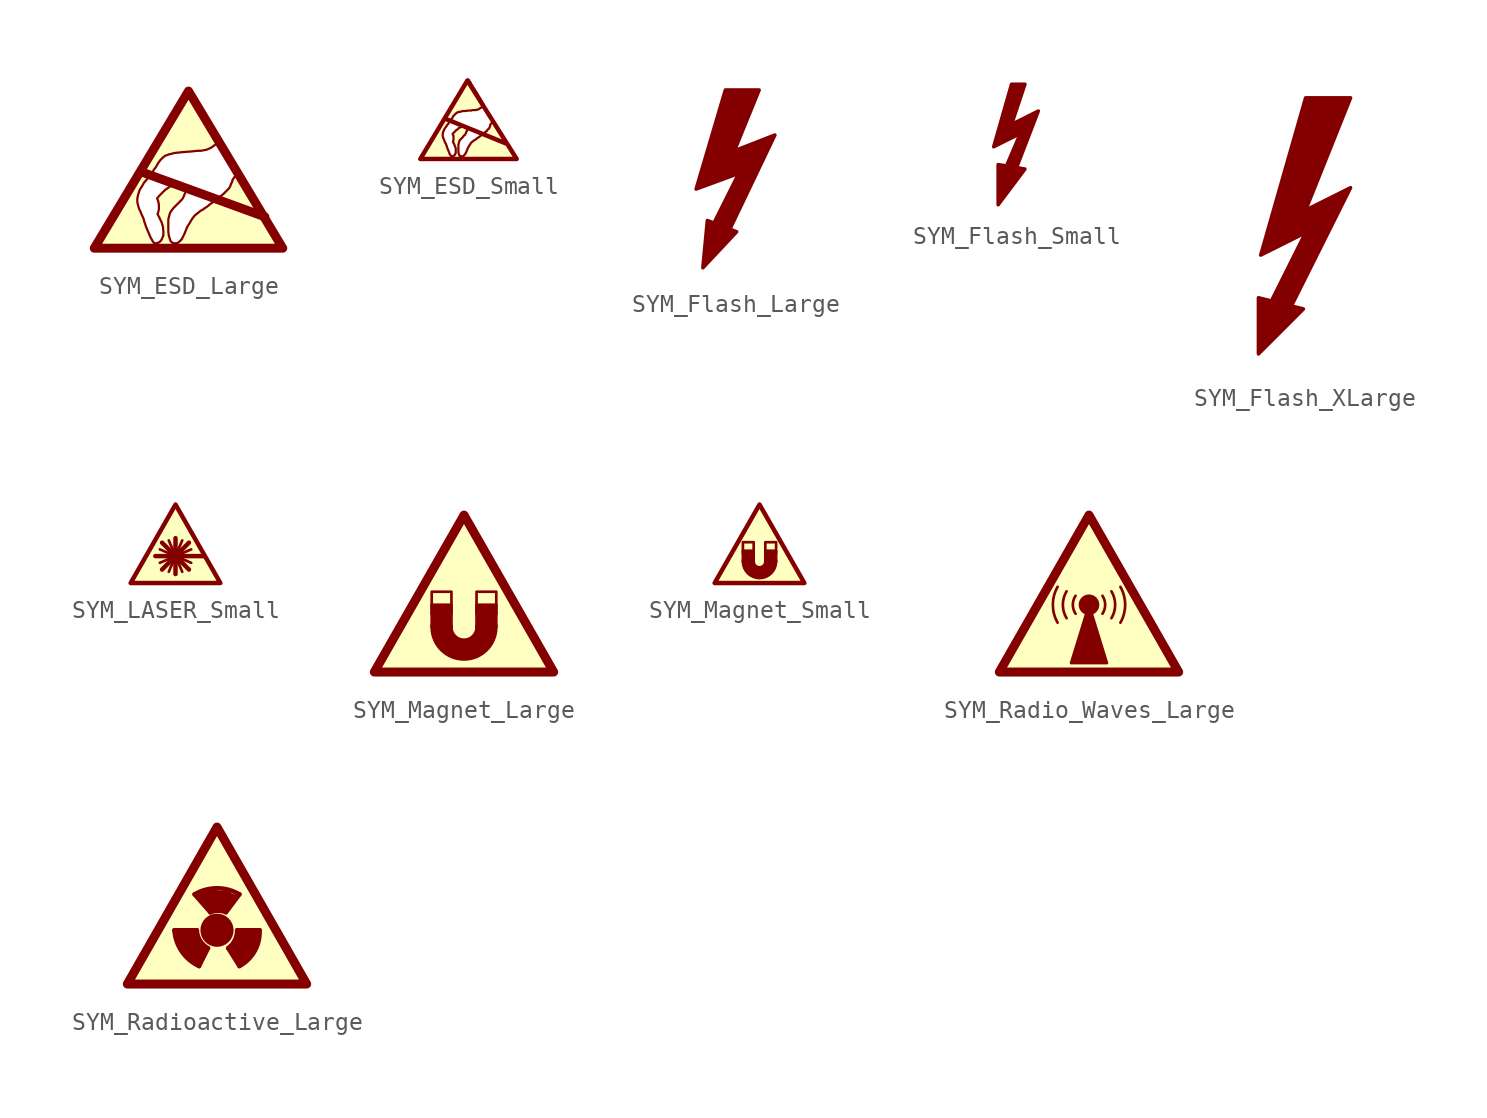
<source format=kicad_sym>
(kicad_symbol_lib
  (version 20211014)
  (generator kicad_symbol_editor)
  (symbol "SYM_ESD_Large"
    (pin_names
      (offset 1.016))
    (property "Reference" "#SYM"
      (at 0 5.08 0)
      (effects (font (size 1.27 1.27)) hide))
    (symbol "SYM_ESD_Large_0_0"
      (polyline (pts (xy -2.667 -0.762) (xy 4.318 -3.302)) (stroke (width 0.508) (type default) (color 0 0 0 0)) (fill (type none)))
      (polyline (pts (xy 0.483 -5.131) (xy 5.385 -5.131) (xy 5.385 -5.105) (xy 5.334 -5.055) (xy 5.283 -4.953) (xy 5.207 -4.826) (xy 5.004 -4.47) (xy 4.877 -4.267) (xy 4.75 -4.039) (xy 4.14 -3.023) (xy 3.988 -2.743) (xy 3.531 -1.981) (xy 3.404 -1.753) (xy 3.277 -1.549) (xy 3.15 -1.372) (xy 3.073 -1.194) (xy 2.997 -1.067) (xy 2.921 -0.965) (xy 2.896 -0.889) (xy 2.845 -0.838) (xy 2.819 -0.864) (xy 2.769 -0.889) (xy 2.591 -1.067) (xy 2.489 -1.219) (xy 2.464 -1.346) (xy 2.413 -1.422) (xy 2.362 -1.575) (xy 2.286 -1.702) (xy 1.981 -2.007) (xy 1.854 -2.108) (xy 1.702 -2.235) (xy 1.549 -2.337) (xy 1.397 -2.464) (xy 1.219 -2.591) (xy 1.067 -2.718) (xy 0.914 -2.819) (xy 0.813 -2.896) (xy 0.711 -2.946) (xy 0.61 -3.023) (xy 0.356 -3.226) (xy 0.254 -3.353) (xy 0.152 -3.505) (xy 0.051 -3.683) (xy -0.076 -3.886) (xy -0.229 -4.267) (xy -0.381 -4.572) (xy -0.533 -4.724) (xy -0.61 -4.775) (xy -0.635 -4.801) (xy -0.838 -4.801) (xy -0.914 -4.775) (xy -1.016 -4.674) (xy -1.067 -4.521) (xy -1.118 -4.343) (xy -1.143 -4.115) (xy -1.143 -3.454) (xy -1.092 -3.251) (xy -1.041 -3.073) (xy -0.94 -2.921) (xy -0.838 -2.794) (xy -0.381 -2.337) (xy -0.305 -2.235) (xy -0.203 -1.981) (xy -0.178 -1.93) (xy -0.152 -1.829) (xy -0.127 -1.753) (xy -0.127 -1.727) (xy -0.203 -1.651) (xy -0.254 -1.575) (xy -0.356 -1.524) (xy -0.432 -1.448) (xy -0.508 -1.397) (xy -0.559 -1.346) (xy -0.61 -1.346) (xy -0.66 -1.372) (xy -0.737 -1.422) (xy -0.838 -1.473) (xy -0.965 -1.549) (xy -1.067 -1.6) (xy -1.168 -1.676) (xy -1.321 -1.778) (xy -1.6 -2.057) (xy -1.778 -2.261) (xy -1.727 -2.388) (xy -1.702 -2.438) (xy -1.702 -2.515) (xy -1.676 -2.591) (xy -1.676 -2.87) (xy -1.702 -2.997) (xy -1.727 -3.073) (xy -1.727 -3.099) (xy -1.753 -3.15) (xy -1.702 -3.251) (xy -1.651 -3.327) (xy -1.651 -3.353) (xy -1.524 -3.607) (xy -1.448 -3.861) (xy -1.422 -4.14) (xy -1.422 -4.343) (xy -1.448 -4.42) (xy -1.473 -4.47) (xy -1.499 -4.547) (xy -1.575 -4.674) (xy -1.676 -4.75) (xy -1.778 -4.801) (xy -1.88 -4.801) (xy -1.956 -4.775) (xy -2.007 -4.724) (xy -2.057 -4.623) (xy -2.134 -4.496) (xy -2.21 -4.318) (xy -2.311 -4.089) (xy -2.413 -3.835) (xy -2.515 -3.531) (xy -2.515 -3.505) (xy -2.565 -3.353) (xy -2.642 -3.2) (xy -2.743 -2.946) (xy -2.769 -2.921) (xy -2.845 -2.692) (xy -2.896 -2.464) (xy -2.896 -2.261) (xy -2.845 -2.032) (xy -2.769 -1.803) (xy -2.718 -1.702) (xy -2.616 -1.549) (xy -2.515 -1.372) (xy -2.362 -1.194) (xy -2.21 -0.991) (xy -2.108 -0.889) (xy -1.956 -0.635) (xy -1.88 -0.533) (xy -1.854 -0.508) (xy -1.727 -0.279) (xy -1.6 -0.102) (xy -1.448 0.051) (xy -1.321 0.152) (xy -1.168 0.203) (xy -1.118 0.229) (xy -0.991 0.254) (xy -0.813 0.305) (xy -0.584 0.33) (xy -0.33 0.356) (xy -0.025 0.381) (xy 0.025 0.381) (xy 0.279 0.406) (xy 0.508 0.432) (xy 0.686 0.432) (xy 0.838 0.457) (xy 0.965 0.483) (xy 1.067 0.508) (xy 1.168 0.559) (xy 1.245 0.584) (xy 1.321 0.635) (xy 1.524 0.787) (xy 1.727 0.991) (xy 1.727 1.041) (xy 1.702 1.092) (xy 1.651 1.168) (xy 1.6 1.27) (xy 1.499 1.422) (xy 1.422 1.6) (xy 1.168 2.007) (xy 1.041 2.235) (xy 0.66 2.87) (xy 0.508 3.099) (xy 0.406 3.302) (xy 0.305 3.454) (xy 0.229 3.581) (xy 0.152 3.683) (xy 0.102 3.759) (xy 0.051 3.861) (xy 0.025 3.886) (xy -0.051 3.886) (xy -0.051 3.861) (xy -0.127 3.785) (xy -0.152 3.734) (xy -0.203 3.658) (xy -0.254 3.556) (xy -0.406 3.302) (xy -0.508 3.15) (xy -0.61 2.972) (xy -0.737 2.769) (xy -1.041 2.261) (xy -1.219 1.956) (xy -1.422 1.626) (xy -1.88 0.864) (xy -2.134 0.406) (xy -2.438 -0.076) (xy -2.743 -0.61) (xy -2.921 -0.889) (xy -3.429 -1.753) (xy -3.658 -2.159) (xy -3.886 -2.54) (xy -4.115 -2.896) (xy -4.318 -3.251) (xy -4.521 -3.581) (xy -4.674 -3.886) (xy -4.851 -4.14) (xy -4.978 -4.394) (xy -5.105 -4.597) (xy -5.232 -4.775) (xy -5.359 -5.029) (xy -5.41 -5.105) (xy -5.41 -5.131) (xy -0.711 -5.131) (xy -0.025 -5.156) (xy 0.483 -5.131)) (stroke (width 0.127) (type default) (color 0 0 0 0)) (fill (type background))))
    (symbol "SYM_ESD_Large_0_1"
      (polyline (pts (xy -5.334 -5.08) (xy 5.334 -5.08) (xy 0 3.81) (xy -5.334 -5.08)) (stroke (width 0.508) (type default) (color 0 0 0 0)) (fill (type none)))))
  (symbol "SYM_ESD_Small"
    (pin_names
      (offset 1.016))
    (property "Reference" "#SYM"
      (at 0 3.556 0)
      (effects (font (size 1.27 1.27)) hide))
    (symbol "SYM_ESD_Small_0_0"
      (polyline (pts (xy -1.27 0.381) (xy 2.159 -1.016)) (stroke (width 0.254) (type default) (color 0 0 0 0)) (fill (type none)))
      (polyline (pts (xy -2.667 -1.905) (xy 2.794 -1.905) (xy 0 2.54) (xy -2.667 -1.905)) (stroke (width 0.254) (type default) (color 0 0 0 0)) (fill (type none)))
      (polyline (pts (xy 2.743 -1.905) (xy 2.718 -1.88) (xy 2.616 -1.676) (xy 2.565 -1.6) (xy 2.489 -1.499) (xy 2.438 -1.372) (xy 1.753 -0.229) (xy 1.702 -0.127) (xy 1.626 -0.051) (xy 1.6 0.051) (xy 1.549 0.102) (xy 1.499 0.203) (xy 1.473 0.229) (xy 1.473 0.203) (xy 1.448 0.203) (xy 1.321 0.076) (xy 1.295 0.025) (xy 1.295 -0.025) (xy 1.27 -0.076) (xy 1.245 -0.152) (xy 1.143 -0.254) (xy 1.092 -0.33) (xy 1.041 -0.356) (xy 0.914 -0.483) (xy 0.762 -0.584) (xy 0.66 -0.66) (xy 0.508 -0.762) (xy 0.457 -0.813) (xy 0.356 -0.864) (xy 0.305 -0.914) (xy 0.229 -0.965) (xy 0.076 -1.194) (xy 0.025 -1.295) (xy -0.025 -1.422) (xy -0.051 -1.499) (xy -0.102 -1.575) (xy -0.127 -1.651) (xy -0.178 -1.676) (xy -0.203 -1.727) (xy -0.254 -1.753) (xy -0.406 -1.753) (xy -0.406 -1.727) (xy -0.457 -1.702) (xy -0.483 -1.626) (xy -0.508 -1.524) (xy -0.508 -1.092) (xy -0.457 -0.889) (xy -0.406 -0.813) (xy -0.254 -0.66) (xy -0.203 -0.584) (xy -0.127 -0.533) (xy -0.102 -0.483) (xy -0.076 -0.406) (xy -0.051 -0.356) (xy -0.025 -0.33) (xy -0.025 -0.279) (xy 0 -0.229) (xy -0.076 -0.152) (xy -0.127 -0.127) (xy -0.152 -0.076) (xy -0.203 -0.051) (xy -0.229 -0.025) (xy -0.254 -0.025) (xy -0.305 -0.076) (xy -0.356 -0.102) (xy -0.432 -0.127) (xy -0.483 -0.152) (xy -0.559 -0.229) (xy -0.61 -0.254) (xy -0.838 -0.483) (xy -0.813 -0.559) (xy -0.787 -0.584) (xy -0.787 -0.864) (xy -0.813 -0.889) (xy -0.813 -0.965) (xy -0.762 -1.016) (xy -0.762 -1.041) (xy -0.66 -1.295) (xy -0.66 -1.575) (xy -0.686 -1.6) (xy -0.686 -1.626) (xy -0.737 -1.702) (xy -0.838 -1.753) (xy -0.914 -1.753) (xy -0.94 -1.727) (xy -0.965 -1.676) (xy -1.016 -1.6) (xy -1.041 -1.524) (xy -1.143 -1.27) (xy -1.219 -1.041) (xy -1.27 -0.965) (xy -1.295 -0.889) (xy -1.321 -0.838) (xy -1.321 -0.813) (xy -1.372 -0.711) (xy -1.397 -0.584) (xy -1.397 -0.483) (xy -1.372 -0.381) (xy -1.321 -0.254) (xy -1.295 -0.203) (xy -1.194 -0.051) (xy -1.041 0.152) (xy -0.991 0.203) (xy -0.965 0.254) (xy -0.914 0.33) (xy -0.889 0.381) (xy -0.864 0.381) (xy -0.813 0.508) (xy -0.61 0.711) (xy -0.533 0.737) (xy -0.508 0.762) (xy -0.432 0.762) (xy -0.356 0.787) (xy -0.229 0.813) (xy -0.102 0.813) (xy 0.051 0.838) (xy 0.203 0.838) (xy 0.305 0.864) (xy 0.483 0.864) (xy 0.533 0.889) (xy 0.584 0.889) (xy 0.686 0.94) (xy 0.711 0.965) (xy 0.762 0.991) (xy 0.813 1.041) (xy 0.864 1.067) (xy 0.889 1.118) (xy 0.914 1.143) (xy 0.914 1.194) (xy 0.889 1.219) (xy 0.864 1.27) (xy 0.813 1.346) (xy 0.711 1.549) (xy 0.635 1.651) (xy 0.584 1.753) (xy 0.508 1.88) (xy 0.457 1.956) (xy 0.381 2.083) (xy 0.305 2.184) (xy 0.254 2.286) (xy 0.203 2.362) (xy 0.178 2.438) (xy 0.102 2.515) (xy 0.102 2.54) (xy 0.076 2.565) (xy 0.076 2.591) (xy 0.025 2.591) (xy 0.025 2.565) (xy -0.025 2.515) (xy -0.102 2.362) (xy -0.254 2.134) (xy -0.305 2.032) (xy -0.457 1.778) (xy -0.559 1.626) (xy -0.762 1.27) (xy -0.889 1.067) (xy -1.016 0.838) (xy -1.168 0.61) (xy -1.321 0.33) (xy -1.397 0.203) (xy -1.524 -0.025) (xy -1.778 -0.432) (xy -1.88 -0.635) (xy -2.007 -0.813) (xy -2.108 -0.991) (xy -2.21 -1.143) (xy -2.286 -1.295) (xy -2.438 -1.549) (xy -2.489 -1.651) (xy -2.565 -1.753) (xy -2.591 -1.829) (xy -2.616 -1.88) (xy -2.642 -1.905) (xy -2.642 -1.93) (xy 2.743 -1.93) (xy 2.743 -1.905)) (stroke (width 0.127) (type default) (color 0 0 0 0)) (fill (type background)))))
  (symbol "SYM_Flash_Large"
    (pin_names
      (offset 1.016))
    (property "Reference" "#SYM"
      (at -3.81 0 90)
      (effects (font (size 1.27 1.27)) hide))
    (symbol "SYM_Flash_Large_0_1"
      (polyline (pts (xy 0.127 -3.556) (xy -1.524 -2.921) (xy -1.778 -5.588) (xy 0.127 -3.556)) (stroke (width 0.203) (type default) (color 0 0 0 0)) (fill (type outline)))
      (polyline (pts (xy -0.508 4.445) (xy 1.397 4.445) (xy 0 1.016) (xy 2.286 1.905) (xy -0.508 -3.937) (xy -1.397 -3.556) (xy 0.254 -0.254) (xy -2.159 -1.143) (xy -0.508 4.445)) (stroke (width 0.203) (type default) (color 0 0 0 0)) (fill (type outline)))))
  (symbol "SYM_Flash_Small"
    (pin_names
      (offset 1.016))
    (property "Reference" "#SYM"
      (at -2.286 0 90)
      (effects (font (size 1.27 1.27)) hide))
    (symbol "SYM_Flash_Small_0_1"
      (polyline (pts (xy 0.508 -1.016) (xy -1.016 -0.762) (xy -1.016 -3.048) (xy 0.508 -1.016)) (stroke (width 0.203) (type default) (color 0 0 0 0)) (fill (type outline)))
      (polyline (pts (xy -0.254 3.81) (xy 0.508 3.81) (xy -0.254 1.524) (xy 1.27 2.286) (xy 0 -1.016) (xy -0.508 -0.762) (xy 0.254 1.016) (xy -1.27 0.254) (xy -0.254 3.81)) (stroke (width 0.203) (type default) (color 0 0 0 0)) (fill (type outline)))))
  (symbol "SYM_Flash_XLarge"
    (pin_names
      (offset 1.016))
    (property "Reference" "#SYM"
      (at -3.81 0 90)
      (effects (font (size 1.27 1.27)) hide))
    (symbol "SYM_Flash_XLarge_0_1"
      (polyline (pts (xy -0.127 -3.683) (xy -2.667 -3.048) (xy -2.667 -6.223) (xy -0.127 -3.683)) (stroke (width 0.203) (type default) (color 0 0 0 0)) (fill (type outline)))
      (polyline (pts (xy 0 8.255) (xy 1.27 8.255) (xy 2.54 8.255) (xy 0 1.905) (xy 2.54 3.175) (xy -1.27 -4.445) (xy -2.54 -4.445) (xy 0 0.635) (xy -2.54 -0.635) (xy 0 8.255)) (stroke (width 0.203) (type default) (color 0 0 0 0)) (fill (type outline)))))
  (symbol "SYM_LASER_Small"
    (pin_names
      (offset 1.016) hide)
    (property "Reference" "#SYM"
      (at 0 3.556 0)
      (effects (font (size 1.27 1.27)) hide))
    (symbol "SYM_LASER_Small_0_1"
      (polyline (pts (xy -1.143 -0.381) (xy 1.651 -0.381)) (stroke (width 0.254) (type default) (color 0 0 0 0)) (fill (type none)))
      (polyline (pts (xy -0.889 -0.762) (xy 0.889 0)) (stroke (width 0) (type default) (color 0 0 0 0)) (fill (type none)))
      (polyline (pts (xy -0.889 0) (xy 0.889 -0.762)) (stroke (width 0) (type default) (color 0 0 0 0)) (fill (type none)))
      (polyline (pts (xy -0.762 -1.143) (xy 0.762 0.381)) (stroke (width 0.254) (type default) (color 0 0 0 0)) (fill (type none)))
      (polyline (pts (xy -0.381 0.508) (xy 0.381 -1.27)) (stroke (width 0) (type default) (color 0 0 0 0)) (fill (type none)))
      (polyline (pts (xy 0 -1.397) (xy 0 0.635)) (stroke (width 0.254) (type default) (color 0 0 0 0)) (fill (type none)))
      (polyline (pts (xy 0.381 0.508) (xy -0.381 -1.27)) (stroke (width 0) (type default) (color 0 0 0 0)) (fill (type none)))
      (polyline (pts (xy 0.762 -1.143) (xy -0.762 0.381)) (stroke (width 0.254) (type default) (color 0 0 0 0)) (fill (type none)))
      (polyline (pts (xy -2.54 -1.905) (xy 2.54 -1.905) (xy 0 2.54) (xy -2.54 -1.905)) (stroke (width 0.254) (type default) (color 0 0 0 0)) (fill (type background)))))
  (symbol "SYM_Magnet_Large"
    (pin_names
      (offset 1.016) hide)
    (property "Reference" "#SYM"
      (at 0 5.08 0)
      (effects (font (size 1.27 1.27)) hide))
    (symbol "SYM_Magnet_Large_0_1"
      (rectangle (start -1.829 -1.27) (end -0.711 -2.54) (stroke (width 0) (type default) (color 0 0 0 0)) (fill (type outline)))
      (rectangle (start -1.829 -0.533) (end -0.711 -1.803) (stroke (width 0) (type default) (color 0 0 0 0)) (fill (type background)))
      (arc (start -1.27 -2.54) (mid 0 -3.81) (end 1.27 -2.54) (stroke (width 1.27) (type default) (color 0 0 0 0)) (fill (type none)))
      (polyline (pts (xy -5.08 -5.08) (xy 5.08 -5.08) (xy 0 3.81) (xy -5.08 -5.08)) (stroke (width 0.508) (type default) (color 0 0 0 0)) (fill (type background)))
      (rectangle (start 0.711 -1.27) (end 1.829 -2.54) (stroke (width 0) (type default) (color 0 0 0 0)) (fill (type outline)))
      (rectangle (start 0.711 -0.533) (end 1.829 -1.803) (stroke (width 0) (type default) (color 0 0 0 0)) (fill (type background)))))
  (symbol "SYM_Magnet_Small"
    (pin_names
      (offset 1.016) hide)
    (property "Reference" "#SYM"
      (at 0 3.556 0)
      (effects (font (size 1.27 1.27)) hide))
    (symbol "SYM_Magnet_Small_0_1"
      (rectangle (start -0.94 -0.711) (end -0.33 -0.076) (stroke (width 0) (type default) (color 0 0 0 0)) (fill (type outline)))
      (rectangle (start -0.94 -0.229) (end -0.33 0.406) (stroke (width 0) (type default) (color 0 0 0 0)) (fill (type background)))
      (arc (start -0.635 -0.6858) (mid 0 -1.3208) (end 0.635 -0.6858) (stroke (width 0.762) (type default) (color 0 0 0 0)) (fill (type none)))
      (polyline (pts (xy -2.54 -1.905) (xy 2.54 -1.905) (xy 0 2.54) (xy -2.54 -1.905)) (stroke (width 0.254) (type default) (color 0 0 0 0)) (fill (type background)))
      (rectangle (start 0.33 -0.711) (end 0.94 -0.076) (stroke (width 0) (type default) (color 0 0 0 0)) (fill (type outline)))
      (rectangle (start 0.33 -0.229) (end 0.94 0.406) (stroke (width 0) (type default) (color 0 0 0 0)) (fill (type background)))))
  (symbol "SYM_Radio_Waves_Large"
    (pin_names
      (offset 1.016) hide)
    (property "Reference" "#SYM"
      (at 0 5.08 0)
      (effects (font (size 1.27 1.27)) hide))
    (symbol "SYM_Radio_Waves_Large_0_1"
      (arc (start -1.778 -0.254) (mid -2.0478 -1.27) (end -1.778 -2.286) (stroke (width 0) (type default) (color 0 0 0 0)) (fill (type none)))
      (arc (start -1.27 -0.508) (mid -1.4811 -1.27) (end -1.27 -2.032) (stroke (width 0) (type default) (color 0 0 0 0)) (fill (type none)))
      (arc (start -0.762 -0.762) (mid -0.9158 -1.27) (end -0.762 -1.778) (stroke (width 0) (type default) (color 0 0 0 0)) (fill (type none)))
      (circle (center 0 -1.27) (radius 0.508) (stroke (width 0) (type default) (color 0 0 0 0)) (fill (type outline)))
      (polyline (pts (xy -5.08 -5.08) (xy 5.08 -5.08) (xy 0 3.81) (xy -5.08 -5.08)) (stroke (width 0.508) (type default) (color 0 0 0 0)) (fill (type background)))
      (polyline (pts (xy -1.016 -4.572) (xy 1.016 -4.572) (xy 0 -1.27) (xy -1.016 -4.572)) (stroke (width 0) (type default) (color 0 0 0 0)) (fill (type outline)))
      (arc (start 0.762 -1.778) (mid 0.9158 -1.27) (end 0.762 -0.762) (stroke (width 0) (type default) (color 0 0 0 0)) (fill (type none)))
      (arc (start 1.27 -2.032) (mid 1.4811 -1.27) (end 1.27 -0.508) (stroke (width 0) (type default) (color 0 0 0 0)) (fill (type none)))
      (arc (start 1.778 -2.286) (mid 2.0478 -1.27) (end 1.778 -0.254) (stroke (width 0) (type default) (color 0 0 0 0)) (fill (type none)))))
  (symbol "SYM_Radioactive_Large"
    (pin_names
      (offset 1.016) hide)
    (property "Reference" "#SYM"
      (at 2.413 7.112 0)
      (effects (font (size 1.27 1.27)) hide))
    (symbol "SYM_Radioactive_Large_0_0"
      (polyline (pts (xy 0 0) (xy 1.27 0)) (stroke (width 0.254) (type default) (color 0 0 0 0)) (fill (type none)))
      (polyline (pts (xy 1.143 2.032) (xy 2.032 1.016)) (stroke (width 0.254) (type default) (color 0 0 0 0)) (fill (type none)))
      (polyline (pts (xy 1.397 -2.032) (xy 1.905 -1.016)) (stroke (width 0.254) (type default) (color 0 0 0 0)) (fill (type none)))
      (polyline (pts (xy 2.921 1.016) (xy 3.683 2.032)) (stroke (width 0.254) (type default) (color 0 0 0 0)) (fill (type none)))
      (polyline (pts (xy 3.048 -1.016) (xy 3.683 -2.032)) (stroke (width 0.254) (type default) (color 0 0 0 0)) (fill (type none)))
      (polyline (pts (xy 3.556 0) (xy 4.826 0)) (stroke (width 0.254) (type default) (color 0 0 0 0)) (fill (type none)))
      (polyline (pts (xy 3.048 -1.016) (xy 3.683 -2.032) (xy 4.191 -1.651) (xy 4.572 -1.016) (xy 4.699 -0.381) (xy 4.826 0) (xy 3.556 0) (xy 3.556 -0.381) (xy 3.302 -0.762) (xy 3.048 -1.016)) (stroke (width 0) (type default) (color 0 0 0 0)) (fill (type outline)))
      (polyline (pts (xy 0 0) (xy 1.27 0) (xy 1.27 -0.254) (xy 1.397 -0.508) (xy 1.651 -0.889) (xy 1.905 -1.016) (xy 1.397 -2.032) (xy 1.016 -1.778) (xy 0.635 -1.397) (xy 0.254 -0.889) (xy 0 0)) (stroke (width 0) (type default) (color 0 0 0 0)) (fill (type outline)))
      (polyline (pts (xy 2.032 1.016) (xy 1.397 1.905) (xy 1.143 2.032) (xy 1.778 2.286) (xy 2.667 2.159) (xy 3.048 2.159) (xy 3.175 2.032) (xy 3.556 1.905) (xy 2.921 1.016) (xy 2.54 1.143) (xy 2.286 1.143) (xy 2.032 1.016)) (stroke (width 0) (type default) (color 0 0 0 0)) (fill (type outline)))
      (arc (start 0 0) (mid 0.419 -1.2071) (end 1.397 -2.032) (stroke (width 0.254) (type default) (color 0 0 0 0)) (fill (type none)))
      (arc (start 1.27 0) (mid 1.4524 -0.587) (end 1.905 -1.016) (stroke (width 0.254) (type default) (color 0 0 0 0)) (fill (type none)))
      (circle (center 2.413 0) (radius 0.813) (stroke (width 0.254) (type default) (color 0 0 0 0)) (fill (type outline)))
      (arc (start 2.921 1.016) (mid 2.4757 1.104) (end 2.032 1.016) (stroke (width 0.254) (type default) (color 0 0 0 0)) (fill (type none)))
      (arc (start 3.048 -1.016) (mid 3.4219 -0.568) (end 3.556 0) (stroke (width 0.254) (type default) (color 0 0 0 0)) (fill (type none)))
      (arc (start 3.683 -2.032) (mid 4.5507 -1.1815) (end 4.826 0) (stroke (width 0.254) (type default) (color 0 0 0 0)) (fill (type none)))
      (arc (start 3.683 2.032) (mid 2.413 2.3778) (end 1.143 2.032) (stroke (width 0.254) (type default) (color 0 0 0 0)) (fill (type none))))
    (symbol "SYM_Radioactive_Large_0_1"
      (polyline (pts (xy -2.667 -3.048) (xy 7.493 -3.048) (xy 2.413 5.842) (xy -2.667 -3.048)) (stroke (width 0.508) (type default) (color 0 0 0 0)) (fill (type background))))))
</source>
